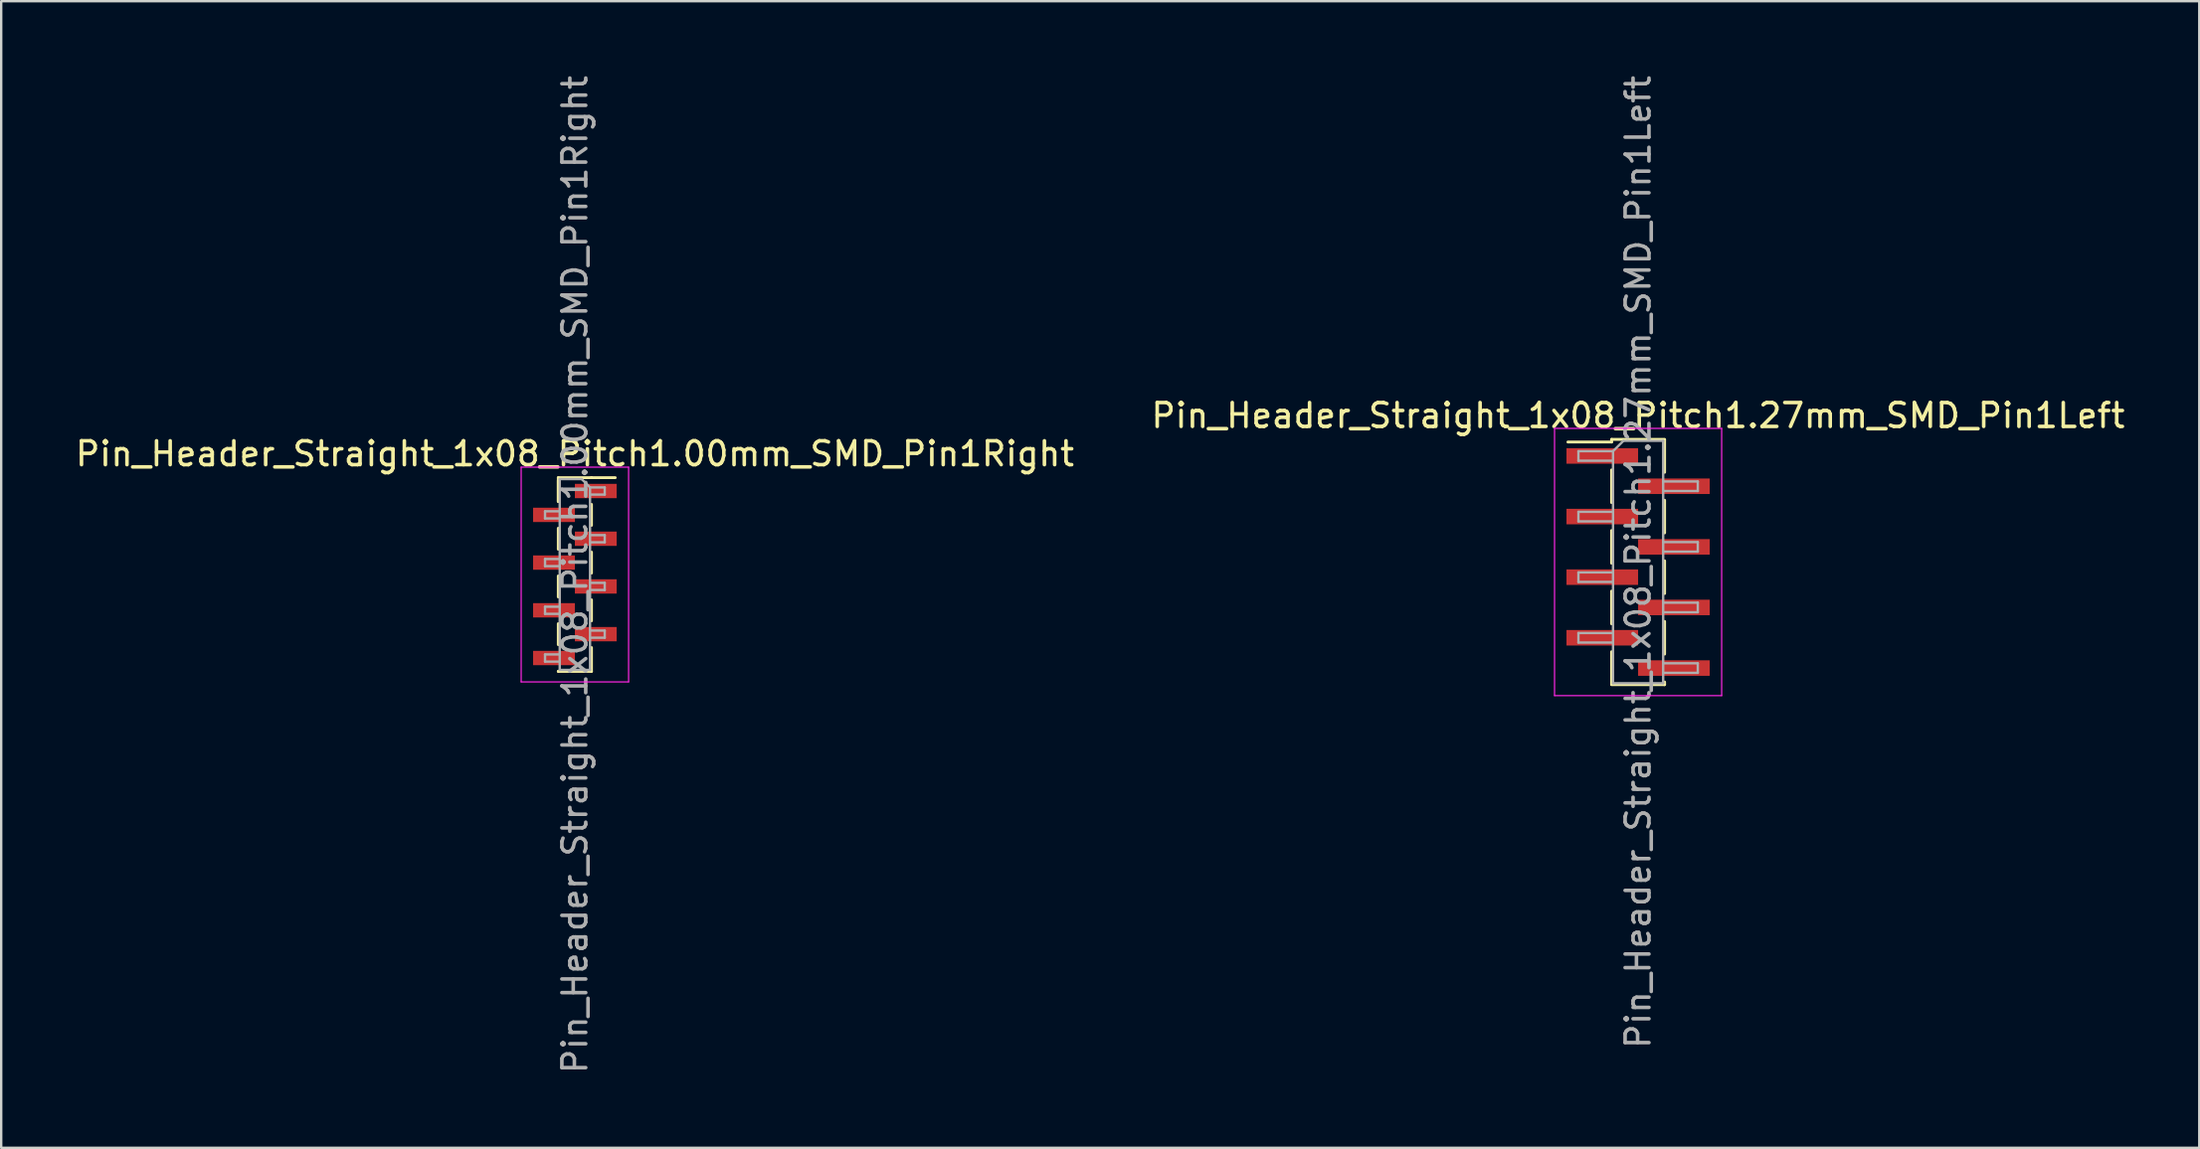
<source format=kicad_pcb>
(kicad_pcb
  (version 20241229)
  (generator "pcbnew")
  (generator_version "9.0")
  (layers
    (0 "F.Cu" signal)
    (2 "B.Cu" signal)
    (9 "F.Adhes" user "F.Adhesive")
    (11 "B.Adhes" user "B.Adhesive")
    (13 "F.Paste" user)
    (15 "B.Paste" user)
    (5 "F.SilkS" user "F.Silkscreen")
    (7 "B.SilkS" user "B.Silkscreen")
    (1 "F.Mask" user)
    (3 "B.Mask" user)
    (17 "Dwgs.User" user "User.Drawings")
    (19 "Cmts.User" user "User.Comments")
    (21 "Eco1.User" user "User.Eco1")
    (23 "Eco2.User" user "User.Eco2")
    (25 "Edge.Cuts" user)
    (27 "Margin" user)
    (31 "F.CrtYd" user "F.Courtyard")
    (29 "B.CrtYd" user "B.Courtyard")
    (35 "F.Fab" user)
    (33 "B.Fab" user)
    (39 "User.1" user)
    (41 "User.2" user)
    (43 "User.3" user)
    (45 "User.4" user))
  (footprint "Pin_Header_Straight_1x08_Pitch1.00mm_SMD_Pin1Right"
    (layer "F.Cu")
    (at 21.03 21.03)
    (property "Reference" "Pin_Header_Straight_1x08_Pitch1.00mm_SMD_Pin1Right" (at 0 -5.06 0) (layer "F.SilkS") (effects (font (size 1 1) (thickness 0.15))))
    (attr smd)
    (fp_line (start -0.695 -4.06) (end -0.695 -3.06) (stroke (width 0.12) (type solid)) (layer "F.SilkS"))
    (fp_line (start -0.695 -4.06) (end 0.695 -4.06) (stroke (width 0.12) (type solid)) (layer "F.SilkS"))
    (fp_line (start -0.695 -3.94) (end -0.695 -3.06) (stroke (width 0.12) (type solid)) (layer "F.SilkS"))
    (fp_line (start -0.695 -1.94) (end -0.695 -1.06) (stroke (width 0.12) (type solid)) (layer "F.SilkS"))
    (fp_line (start -0.695 0.06) (end -0.695 0.94) (stroke (width 0.12) (type solid)) (layer "F.SilkS"))
    (fp_line (start -0.695 2.06) (end -0.695 2.94) (stroke (width 0.12) (type solid)) (layer "F.SilkS"))
    (fp_line (start -0.695 4.06) (end -0.695 4.06) (stroke (width 0.12) (type solid)) (layer "F.SilkS"))
    (fp_line (start -0.695 4.06) (end 0.695 4.06) (stroke (width 0.12) (type solid)) (layer "F.SilkS"))
    (fp_line (start 0.695 -4.06) (end 0.695 -4.06) (stroke (width 0.12) (type solid)) (layer "F.SilkS"))
    (fp_line (start 0.695 -4.06) (end 1.69 -4.06) (stroke (width 0.12) (type solid)) (layer "F.SilkS"))
    (fp_line (start 0.695 -2.94) (end 0.695 -2.06) (stroke (width 0.12) (type solid)) (layer "F.SilkS"))
    (fp_line (start 0.695 -0.94) (end 0.695 -0.06) (stroke (width 0.12) (type solid)) (layer "F.SilkS"))
    (fp_line (start 0.695 1.06) (end 0.695 1.94) (stroke (width 0.12) (type solid)) (layer "F.SilkS"))
    (fp_line (start 0.695 3.06) (end 0.695 4.06) (stroke (width 0.12) (type solid)) (layer "F.SilkS"))
    (fp_line (start -2.25 -4.5) (end -2.25 4.5) (stroke (width 0.05) (type solid)) (layer "F.CrtYd"))
    (fp_line (start -2.25 4.5) (end 2.25 4.5) (stroke (width 0.05) (type solid)) (layer "F.CrtYd"))
    (fp_line (start 2.25 -4.5) (end -2.25 -4.5) (stroke (width 0.05) (type solid)) (layer "F.CrtYd"))
    (fp_line (start 2.25 4.5) (end 2.25 -4.5) (stroke (width 0.05) (type solid)) (layer "F.CrtYd"))
    (fp_line (start -1.25 -2.65) (end -1.25 -2.35) (stroke (width 0.1) (type solid)) (layer "F.Fab"))
    (fp_line (start -1.25 -2.35) (end -0.635 -2.35) (stroke (width 0.1) (type solid)) (layer "F.Fab"))
    (fp_line (start -1.25 -0.65) (end -1.25 -0.35) (stroke (width 0.1) (type solid)) (layer "F.Fab"))
    (fp_line (start -1.25 -0.35) (end -0.635 -0.35) (stroke (width 0.1) (type solid)) (layer "F.Fab"))
    (fp_line (start -1.25 1.35) (end -1.25 1.65) (stroke (width 0.1) (type solid)) (layer "F.Fab"))
    (fp_line (start -1.25 1.65) (end -0.635 1.65) (stroke (width 0.1) (type solid)) (layer "F.Fab"))
    (fp_line (start -1.25 3.35) (end -1.25 3.65) (stroke (width 0.1) (type solid)) (layer "F.Fab"))
    (fp_line (start -1.25 3.65) (end -0.635 3.65) (stroke (width 0.1) (type solid)) (layer "F.Fab"))
    (fp_line (start -0.635 -4) (end -0.635 4) (stroke (width 0.1) (type solid)) (layer "F.Fab"))
    (fp_line (start -0.635 -4) (end 0.285 -4) (stroke (width 0.1) (type solid)) (layer "F.Fab"))
    (fp_line (start -0.635 -2.65) (end -1.25 -2.65) (stroke (width 0.1) (type solid)) (layer "F.Fab"))
    (fp_line (start -0.635 -0.65) (end -1.25 -0.65) (stroke (width 0.1) (type solid)) (layer "F.Fab"))
    (fp_line (start -0.635 1.35) (end -1.25 1.35) (stroke (width 0.1) (type solid)) (layer "F.Fab"))
    (fp_line (start -0.635 3.35) (end -1.25 3.35) (stroke (width 0.1) (type solid)) (layer "F.Fab"))
    (fp_line (start 0.635 -3.65) (end 0.285 -4) (stroke (width 0.1) (type solid)) (layer "F.Fab"))
    (fp_line (start 0.635 -3.65) (end 1.25 -3.65) (stroke (width 0.1) (type solid)) (layer "F.Fab"))
    (fp_line (start 0.635 -1.65) (end 1.25 -1.65) (stroke (width 0.1) (type solid)) (layer "F.Fab"))
    (fp_line (start 0.635 0.35) (end 1.25 0.35) (stroke (width 0.1) (type solid)) (layer "F.Fab"))
    (fp_line (start 0.635 2.35) (end 1.25 2.35) (stroke (width 0.1) (type solid)) (layer "F.Fab"))
    (fp_line (start 0.635 4) (end -0.635 4) (stroke (width 0.1) (type solid)) (layer "F.Fab"))
    (fp_line (start 0.635 4) (end 0.635 -3.65) (stroke (width 0.1) (type solid)) (layer "F.Fab"))
    (fp_line (start 1.25 -3.65) (end 1.25 -3.35) (stroke (width 0.1) (type solid)) (layer "F.Fab"))
    (fp_line (start 1.25 -3.35) (end 0.635 -3.35) (stroke (width 0.1) (type solid)) (layer "F.Fab"))
    (fp_line (start 1.25 -1.65) (end 1.25 -1.35) (stroke (width 0.1) (type solid)) (layer "F.Fab"))
    (fp_line (start 1.25 -1.35) (end 0.635 -1.35) (stroke (width 0.1) (type solid)) (layer "F.Fab"))
    (fp_line (start 1.25 0.35) (end 1.25 0.65) (stroke (width 0.1) (type solid)) (layer "F.Fab"))
    (fp_line (start 1.25 0.65) (end 0.635 0.65) (stroke (width 0.1) (type solid)) (layer "F.Fab"))
    (fp_line (start 1.25 2.35) (end 1.25 2.65) (stroke (width 0.1) (type solid)) (layer "F.Fab"))
    (fp_line (start 1.25 2.65) (end 0.635 2.65) (stroke (width 0.1) (type solid)) (layer "F.Fab"))
    (fp_text user "${REFERENCE}" (at 0 0 90) (layer "F.Fab") (effects (font (size 1 1) (thickness 0.15))))
    (pad "1" smd rect (at 0.875 -3.5) (size 1.75 0.6) (layers "F.Cu" "F.Mask" "F.Paste"))
    (pad "2" smd rect (at -0.875 -2.5) (size 1.75 0.6) (layers "F.Cu" "F.Mask" "F.Paste"))
    (pad "3" smd rect (at 0.875 -1.5) (size 1.75 0.6) (layers "F.Cu" "F.Mask" "F.Paste"))
    (pad "4" smd rect (at -0.875 -0.5) (size 1.75 0.6) (layers "F.Cu" "F.Mask" "F.Paste"))
    (pad "5" smd rect (at 0.875 0.5) (size 1.75 0.6) (layers "F.Cu" "F.Mask" "F.Paste"))
    (pad "6" smd rect (at -0.875 1.5) (size 1.75 0.6) (layers "F.Cu" "F.Mask" "F.Paste"))
    (pad "7" smd rect (at 0.875 2.5) (size 1.75 0.6) (layers "F.Cu" "F.Mask" "F.Paste"))
    (pad "8" smd rect (at -0.875 3.5) (size 1.75 0.6) (layers "F.Cu" "F.Mask" "F.Paste")))
  (footprint "Pin_Header_Straight_1x08_Pitch1.27mm_SMD_Pin1Left"
    (layer "F.Cu")
    (at 65.565 20.506)
    (property "Reference" "Pin_Header_Straight_1x08_Pitch1.27mm_SMD_Pin1Left" (at 0 -6.14 0) (layer "F.SilkS") (effects (font (size 1 1) (thickness 0.15))))
    (attr smd)
    (fp_line (start -1.11 -5.14) (end -1.11 -5.03) (stroke (width 0.12) (type solid)) (layer "F.SilkS"))
    (fp_line (start -1.11 -5.14) (end 1.11 -5.14) (stroke (width 0.12) (type solid)) (layer "F.SilkS"))
    (fp_line (start -1.11 -5.03) (end -2.94 -5.03) (stroke (width 0.12) (type solid)) (layer "F.SilkS"))
    (fp_line (start -1.11 -3.86) (end -1.11 -2.49) (stroke (width 0.12) (type solid)) (layer "F.SilkS"))
    (fp_line (start -1.11 -1.32) (end -1.11 0.05) (stroke (width 0.12) (type solid)) (layer "F.SilkS"))
    (fp_line (start -1.11 1.22) (end -1.11 2.59) (stroke (width 0.12) (type solid)) (layer "F.SilkS"))
    (fp_line (start -1.11 3.76) (end -1.11 5.13) (stroke (width 0.12) (type solid)) (layer "F.SilkS"))
    (fp_line (start -1.11 5.14) (end 1.11 5.14) (stroke (width 0.12) (type solid)) (layer "F.SilkS"))
    (fp_line (start 1.11 -5.13) (end 1.11 -3.76) (stroke (width 0.12) (type solid)) (layer "F.SilkS"))
    (fp_line (start 1.11 -2.59) (end 1.11 -1.22) (stroke (width 0.12) (type solid)) (layer "F.SilkS"))
    (fp_line (start 1.11 -0.05) (end 1.11 1.32) (stroke (width 0.12) (type solid)) (layer "F.SilkS"))
    (fp_line (start 1.11 2.49) (end 1.11 3.86) (stroke (width 0.12) (type solid)) (layer "F.SilkS"))
    (fp_line (start 1.11 5.03) (end 1.11 5.14) (stroke (width 0.12) (type solid)) (layer "F.SilkS"))
    (fp_line (start -3.5 -5.6) (end -3.5 5.6) (stroke (width 0.05) (type solid)) (layer "F.CrtYd"))
    (fp_line (start -3.5 5.6) (end 3.5 5.6) (stroke (width 0.05) (type solid)) (layer "F.CrtYd"))
    (fp_line (start 3.5 -5.6) (end -3.5 -5.6) (stroke (width 0.05) (type solid)) (layer "F.CrtYd"))
    (fp_line (start 3.5 5.6) (end 3.5 -5.6) (stroke (width 0.05) (type solid)) (layer "F.CrtYd"))
    (fp_line (start -2.5 -4.645) (end -2.5 -4.245) (stroke (width 0.1) (type solid)) (layer "F.Fab"))
    (fp_line (start -2.5 -4.245) (end -1.05 -4.245) (stroke (width 0.1) (type solid)) (layer "F.Fab"))
    (fp_line (start -2.5 -2.105) (end -2.5 -1.705) (stroke (width 0.1) (type solid)) (layer "F.Fab"))
    (fp_line (start -2.5 -1.705) (end -1.05 -1.705) (stroke (width 0.1) (type solid)) (layer "F.Fab"))
    (fp_line (start -2.5 0.435) (end -2.5 0.835) (stroke (width 0.1) (type solid)) (layer "F.Fab"))
    (fp_line (start -2.5 0.835) (end -1.05 0.835) (stroke (width 0.1) (type solid)) (layer "F.Fab"))
    (fp_line (start -2.5 2.975) (end -2.5 3.375) (stroke (width 0.1) (type solid)) (layer "F.Fab"))
    (fp_line (start -2.5 3.375) (end -1.05 3.375) (stroke (width 0.1) (type solid)) (layer "F.Fab"))
    (fp_line (start -1.05 -4.645) (end -2.5 -4.645) (stroke (width 0.1) (type solid)) (layer "F.Fab"))
    (fp_line (start -1.05 -4.645) (end -0.615 -5.08) (stroke (width 0.1) (type solid)) (layer "F.Fab"))
    (fp_line (start -1.05 -2.105) (end -2.5 -2.105) (stroke (width 0.1) (type solid)) (layer "F.Fab"))
    (fp_line (start -1.05 0.435) (end -2.5 0.435) (stroke (width 0.1) (type solid)) (layer "F.Fab"))
    (fp_line (start -1.05 2.975) (end -2.5 2.975) (stroke (width 0.1) (type solid)) (layer "F.Fab"))
    (fp_line (start -1.05 5.08) (end -1.05 -4.645) (stroke (width 0.1) (type solid)) (layer "F.Fab"))
    (fp_line (start -0.615 -5.08) (end 1.05 -5.08) (stroke (width 0.1) (type solid)) (layer "F.Fab"))
    (fp_line (start 1.05 -5.08) (end 1.05 5.08) (stroke (width 0.1) (type solid)) (layer "F.Fab"))
    (fp_line (start 1.05 -3.375) (end 2.5 -3.375) (stroke (width 0.1) (type solid)) (layer "F.Fab"))
    (fp_line (start 1.05 -0.835) (end 2.5 -0.835) (stroke (width 0.1) (type solid)) (layer "F.Fab"))
    (fp_line (start 1.05 1.705) (end 2.5 1.705) (stroke (width 0.1) (type solid)) (layer "F.Fab"))
    (fp_line (start 1.05 4.245) (end 2.5 4.245) (stroke (width 0.1) (type solid)) (layer "F.Fab"))
    (fp_line (start 1.05 5.08) (end -1.05 5.08) (stroke (width 0.1) (type solid)) (layer "F.Fab"))
    (fp_line (start 2.5 -3.375) (end 2.5 -2.975) (stroke (width 0.1) (type solid)) (layer "F.Fab"))
    (fp_line (start 2.5 -2.975) (end 1.05 -2.975) (stroke (width 0.1) (type solid)) (layer "F.Fab"))
    (fp_line (start 2.5 -0.835) (end 2.5 -0.435) (stroke (width 0.1) (type solid)) (layer "F.Fab"))
    (fp_line (start 2.5 -0.435) (end 1.05 -0.435) (stroke (width 0.1) (type solid)) (layer "F.Fab"))
    (fp_line (start 2.5 1.705) (end 2.5 2.105) (stroke (width 0.1) (type solid)) (layer "F.Fab"))
    (fp_line (start 2.5 2.105) (end 1.05 2.105) (stroke (width 0.1) (type solid)) (layer "F.Fab"))
    (fp_line (start 2.5 4.245) (end 2.5 4.645) (stroke (width 0.1) (type solid)) (layer "F.Fab"))
    (fp_line (start 2.5 4.645) (end 1.05 4.645) (stroke (width 0.1) (type solid)) (layer "F.Fab"))
    (fp_text user "${REFERENCE}" (at 0 0 90) (layer "F.Fab") (effects (font (size 1 1) (thickness 0.15))))
    (pad "1" smd rect (at -1.5 -4.445) (size 3 0.65) (layers "F.Cu" "F.Mask" "F.Paste"))
    (pad "2" smd rect (at 1.5 -3.175) (size 3 0.65) (layers "F.Cu" "F.Mask" "F.Paste"))
    (pad "3" smd rect (at -1.5 -1.905) (size 3 0.65) (layers "F.Cu" "F.Mask" "F.Paste"))
    (pad "4" smd rect (at 1.5 -0.635) (size 3 0.65) (layers "F.Cu" "F.Mask" "F.Paste"))
    (pad "5" smd rect (at -1.5 0.635) (size 3 0.65) (layers "F.Cu" "F.Mask" "F.Paste"))
    (pad "6" smd rect (at 1.5 1.905) (size 3 0.65) (layers "F.Cu" "F.Mask" "F.Paste"))
    (pad "7" smd rect (at -1.5 3.175) (size 3 0.65) (layers "F.Cu" "F.Mask" "F.Paste"))
    (pad "8" smd rect (at 1.5 4.445) (size 3 0.65) (layers "F.Cu" "F.Mask" "F.Paste")))
  (gr_rect
    (start -3 -3)
    (end 89.071 45.06)
    (stroke (width 0.1) (type default))
    (fill no)
    (layer "Edge.Cuts")))
</source>
